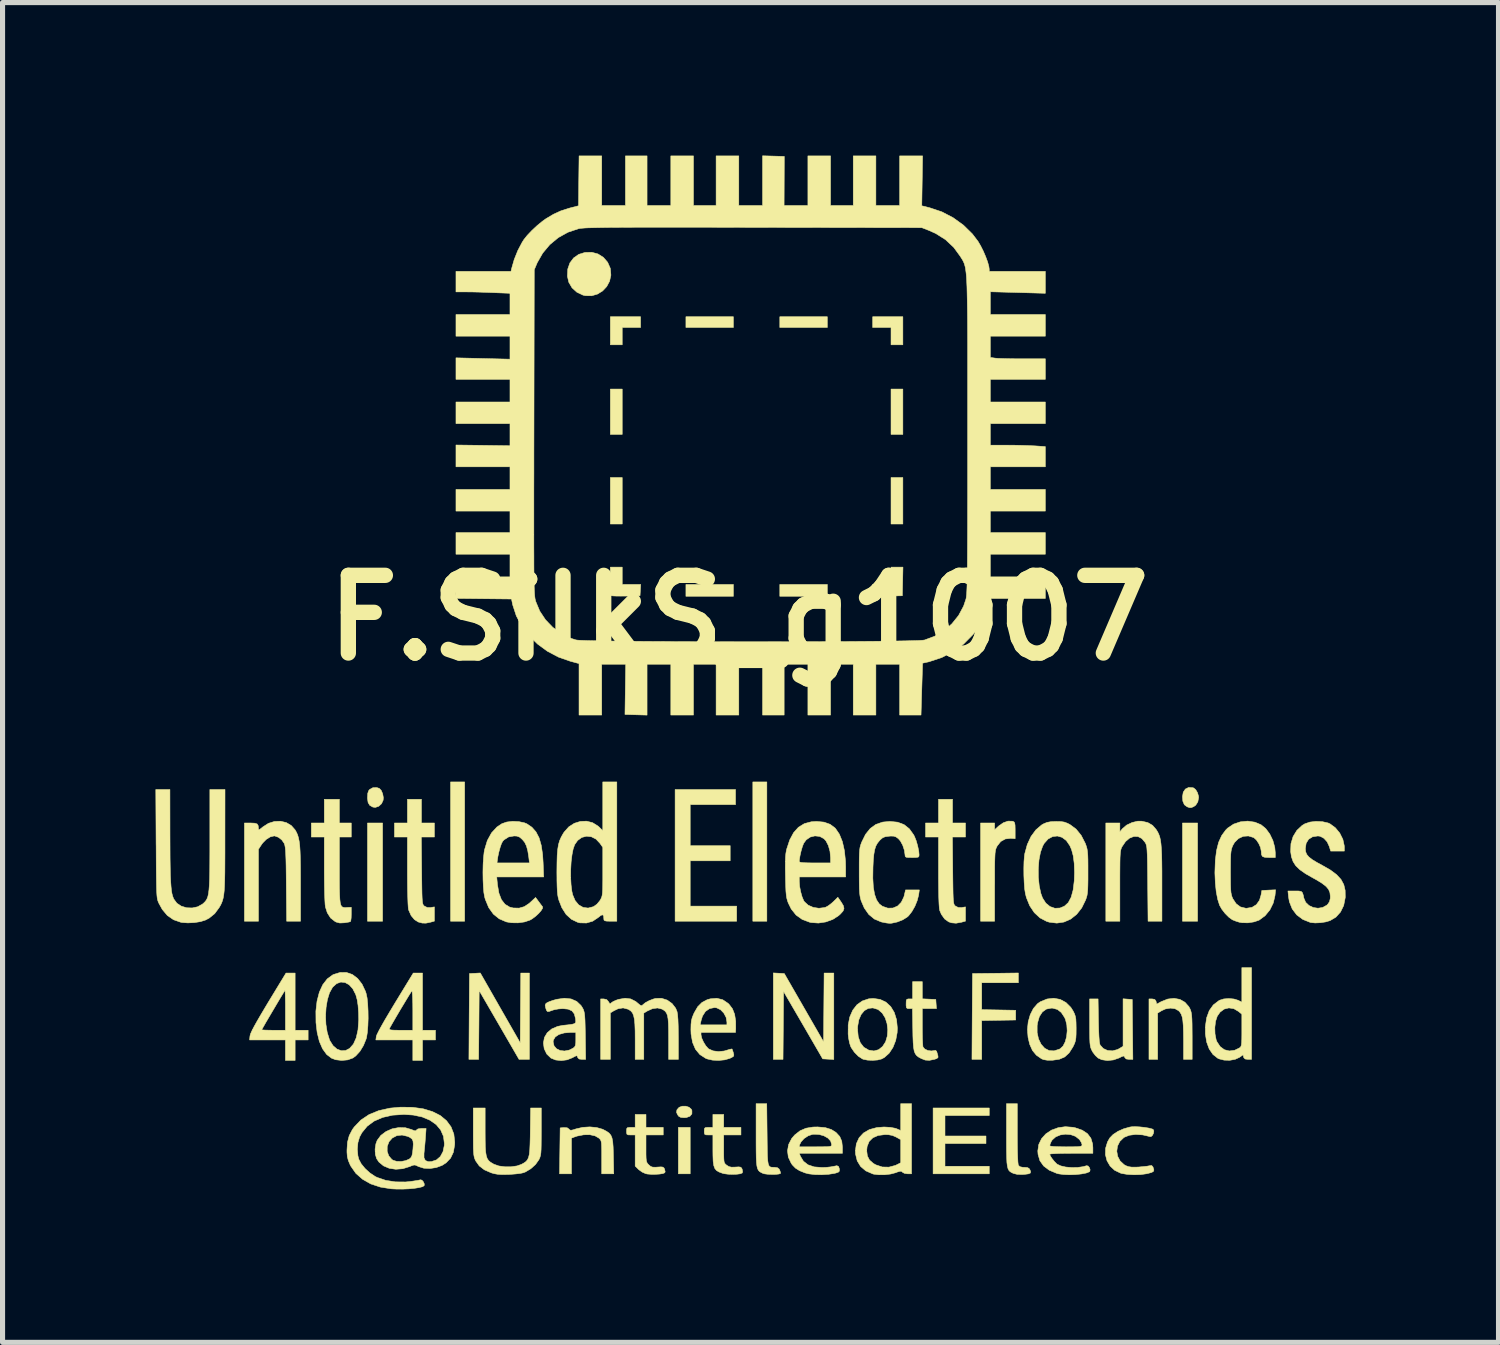
<source format=kicad_pcb>
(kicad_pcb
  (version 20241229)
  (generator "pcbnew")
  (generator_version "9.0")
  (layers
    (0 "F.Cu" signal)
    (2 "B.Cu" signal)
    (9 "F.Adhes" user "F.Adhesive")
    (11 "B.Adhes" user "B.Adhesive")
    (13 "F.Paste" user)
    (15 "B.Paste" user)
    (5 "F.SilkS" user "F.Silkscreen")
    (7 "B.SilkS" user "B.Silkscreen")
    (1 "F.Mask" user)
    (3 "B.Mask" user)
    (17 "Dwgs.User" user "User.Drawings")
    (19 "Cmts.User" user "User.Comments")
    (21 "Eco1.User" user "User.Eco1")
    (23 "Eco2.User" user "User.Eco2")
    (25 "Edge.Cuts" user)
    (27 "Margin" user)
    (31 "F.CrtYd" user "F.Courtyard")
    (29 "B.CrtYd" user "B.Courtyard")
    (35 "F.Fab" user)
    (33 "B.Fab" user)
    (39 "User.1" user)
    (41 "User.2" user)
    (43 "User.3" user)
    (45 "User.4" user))
  (footprint "F.SilkS_g1007"
    (layer "F.Cu")
    (at 11.437 9.066)
    (property "Reference" "F.SilkS_g1007" (at 0 0 0) (layer "F.SilkS") (effects (font (size 1.524 1.524) (thickness 0.3))))
    (attr through_hole)
    (fp_poly (pts (xy -6.985 5.948) (xy -7.281 5.948) (xy -7.281 4.022) (xy -6.985 4.022) (xy -6.985 5.948)) (stroke (width 0.01) (type solid)) (fill yes) (layer "F.SilkS"))
    (fp_poly (pts (xy -5.376 5.948) (xy -5.652 5.948) (xy -5.652 3.217) (xy -5.376 3.217) (xy -5.376 5.948)) (stroke (width 0.01) (type solid)) (fill yes) (layer "F.SilkS"))
    (fp_poly (pts (xy -2.286 -3.598) (xy -2.519 -3.598) (xy -2.519 -4.487) (xy -2.286 -4.487) (xy -2.286 -3.598)) (stroke (width 0.01) (type solid)) (fill yes) (layer "F.SilkS"))
    (fp_poly (pts (xy -2.286 -1.841) (xy -2.519 -1.841) (xy -2.519 -2.752) (xy -2.286 -2.752) (xy -2.286 -1.841)) (stroke (width 0.01) (type solid)) (fill yes) (layer "F.SilkS"))
    (fp_poly (pts (xy -0.953 10.901) (xy -1.185 10.901) (xy -1.185 9.991) (xy -0.953 9.991) (xy -0.953 10.901)) (stroke (width 0.01) (type solid)) (fill yes) (layer "F.SilkS"))
    (fp_poly (pts (xy -0.106 -5.694) (xy -1.037 -5.694) (xy -1.037 -5.905) (xy -0.106 -5.905) (xy -0.106 -5.694)) (stroke (width 0.01) (type solid)) (fill yes) (layer "F.SilkS"))
    (fp_poly (pts (xy -0.106 -0.423) (xy -1.037 -0.423) (xy -1.037 -0.656) (xy -0.106 -0.656) (xy -0.106 -0.423)) (stroke (width 0.01) (type solid)) (fill yes) (layer "F.SilkS"))
    (fp_poly (pts (xy 0.55 5.948) (xy 0.275 5.948) (xy 0.275 3.217) (xy 0.55 3.217) (xy 0.55 5.948)) (stroke (width 0.01) (type solid)) (fill yes) (layer "F.SilkS"))
    (fp_poly (pts (xy 1.736 -5.694) (xy 0.804 -5.694) (xy 0.804 -5.905) (xy 1.736 -5.905) (xy 1.736 -5.694)) (stroke (width 0.01) (type solid)) (fill yes) (layer "F.SilkS"))
    (fp_poly (pts (xy 1.736 -0.423) (xy 0.804 -0.423) (xy 0.804 -0.656) (xy 1.736 -0.656) (xy 1.736 -0.423)) (stroke (width 0.01) (type solid)) (fill yes) (layer "F.SilkS"))
    (fp_poly (pts (xy 3.217 -3.598) (xy 2.985 -3.598) (xy 2.985 -4.487) (xy 3.217 -4.487) (xy 3.217 -3.598)) (stroke (width 0.01) (type solid)) (fill yes) (layer "F.SilkS"))
    (fp_poly (pts (xy 3.217 -1.841) (xy 2.985 -1.841) (xy 2.985 -2.752) (xy 3.217 -2.752) (xy 3.217 -1.841)) (stroke (width 0.01) (type solid)) (fill yes) (layer "F.SilkS"))
    (fp_poly (pts (xy 8.996 5.948) (xy 8.7 5.948) (xy 8.7 4.022) (xy 8.996 4.022) (xy 8.996 5.948)) (stroke (width 0.01) (type solid)) (fill yes) (layer "F.SilkS"))
    (fp_poly (pts (xy -1.926 -5.694) (xy -2.286 -5.694) (xy -2.286 -5.355) (xy -2.519 -5.355) (xy -2.519 -5.905) (xy -1.926 -5.905) (xy -1.926 -5.694)) (stroke (width 0.01) (type solid)) (fill yes) (layer "F.SilkS"))
    (fp_poly (pts (xy 3.217 -5.355) (xy 2.985 -5.355) (xy 2.985 -5.694) (xy 2.625 -5.694) (xy 2.625 -5.905) (xy 3.217 -5.905) (xy 3.217 -5.355)) (stroke (width 0.01) (type solid)) (fill yes) (layer "F.SilkS"))
    (fp_poly (pts (xy -0.064 3.662) (xy -0.953 3.662) (xy -0.953 4.466) (xy -0.169 4.466) (xy -0.169 4.763) (xy -0.953 4.763) (xy -0.953 5.652) (xy -0.042 5.652) (xy -0.042 5.948) (xy -1.249 5.948) (xy -1.249 3.365) (xy -0.064 3.365) (xy -0.064 3.662)) (stroke (width 0.01) (type solid)) (fill yes) (layer "F.SilkS"))
    (fp_poly (pts (xy 4.911 9.758) (xy 4.043 9.758) (xy 4.043 10.16) (xy 4.847 10.16) (xy 4.847 10.308) (xy 4.043 10.308) (xy 4.043 10.753) (xy 4.911 10.753) (xy 4.911 10.901) (xy 3.81 10.901) (xy 3.81 9.61) (xy 4.911 9.61) (xy 4.911 9.758)) (stroke (width 0.01) (type solid)) (fill yes) (layer "F.SilkS"))
    (fp_poly (pts (xy 5.482 7.154) (xy 4.763 7.154) (xy 4.763 7.682) (xy 5.429 7.694) (xy 5.429 7.885) (xy 4.763 7.896) (xy 4.763 8.657) (xy 4.572 8.657) (xy 4.577 7.816) (xy 4.583 6.974) (xy 5.032 6.969) (xy 5.482 6.963) (xy 5.482 7.154)) (stroke (width 0.01) (type solid)) (fill yes) (layer "F.SilkS"))
    (fp_poly (pts (xy 0.785 6.968) (xy 0.892 6.974) (xy 1.277 7.643) (xy 1.662 8.312) (xy 1.673 6.964) (xy 1.863 6.964) (xy 1.863 8.659) (xy 1.754 8.653) (xy 1.645 8.647) (xy 1.262 7.986) (xy 0.878 7.326) (xy 0.867 8.657) (xy 0.677 8.657) (xy 0.677 6.962) (xy 0.785 6.968)) (stroke (width 0.01) (type solid)) (fill yes) (layer "F.SilkS"))
    (fp_poly (pts (xy 3.213 -0.714) (xy 3.207 -0.434) (xy 2.93 -0.428) (xy 2.826 -0.427) (xy 2.738 -0.428) (xy 2.673 -0.431) (xy 2.641 -0.436) (xy 2.639 -0.437) (xy 2.631 -0.465) (xy 2.625 -0.52) (xy 2.625 -0.554) (xy 2.625 -0.656) (xy 2.985 -0.656) (xy 2.985 -0.995) (xy 3.219 -0.995) (xy 3.213 -0.714)) (stroke (width 0.01) (type solid)) (fill yes) (layer "F.SilkS"))
    (fp_poly (pts (xy -4.678 7.648) (xy -4.286 8.333) (xy -4.281 7.648) (xy -4.275 6.964) (xy -4.106 6.964) (xy -4.106 8.657) (xy -4.309 8.657) (xy -4.7 7.982) (xy -5.091 7.308) (xy -5.096 7.982) (xy -5.102 8.657) (xy -5.292 8.657) (xy -5.287 7.816) (xy -5.281 6.974) (xy -5.175 6.969) (xy -5.069 6.963) (xy -4.678 7.648)) (stroke (width 0.01) (type solid)) (fill yes) (layer "F.SilkS"))
    (fp_poly (pts (xy -0.975 9.596) (xy -0.93 9.636) (xy -0.919 9.663) (xy -0.92 9.726) (xy -0.958 9.772) (xy -1.027 9.797) (xy -1.072 9.8) (xy -1.136 9.795) (xy -1.176 9.775) (xy -1.198 9.746) (xy -1.221 9.697) (xy -1.214 9.65) (xy -1.21 9.642) (xy -1.17 9.597) (xy -1.108 9.575) (xy -1.039 9.575) (xy -0.975 9.596)) (stroke (width 0.01) (type solid)) (fill yes) (layer "F.SilkS"))
    (fp_poly (pts (xy -2.286 -0.656) (xy -1.924 -0.656) (xy -1.93 -0.545) (xy -1.937 -0.434) (xy -2.213 -0.428) (xy -2.317 -0.427) (xy -2.406 -0.428) (xy -2.47 -0.431) (xy -2.502 -0.436) (xy -2.504 -0.437) (xy -2.51 -0.462) (xy -2.514 -0.522) (xy -2.517 -0.607) (xy -2.519 -0.708) (xy -2.519 -0.723) (xy -2.519 -0.995) (xy -2.286 -0.995) (xy -2.286 -0.656)) (stroke (width 0.01) (type solid)) (fill yes) (layer "F.SilkS"))
    (fp_poly (pts (xy -7.049 3.344) (xy -7.011 3.384) (xy -6.983 3.45) (xy -6.97 3.524) (xy -6.974 3.575) (xy -7.006 3.644) (xy -7.061 3.694) (xy -7.126 3.716) (xy -7.176 3.71) (xy -7.236 3.676) (xy -7.269 3.622) (xy -7.281 3.539) (xy -7.281 3.521) (xy -7.276 3.441) (xy -7.258 3.389) (xy -7.239 3.365) (xy -7.176 3.33) (xy -7.1 3.327) (xy -7.049 3.344)) (stroke (width 0.01) (type solid)) (fill yes) (layer "F.SilkS"))
    (fp_poly (pts (xy 8.901 3.33) (xy 8.921 3.336) (xy 8.96 3.369) (xy 8.994 3.427) (xy 9.014 3.494) (xy 9.017 3.522) (xy 9.001 3.607) (xy 8.959 3.673) (xy 8.918 3.702) (xy 8.872 3.72) (xy 8.837 3.72) (xy 8.791 3.704) (xy 8.737 3.664) (xy 8.707 3.594) (xy 8.7 3.508) (xy 8.715 3.418) (xy 8.757 3.356) (xy 8.821 3.325) (xy 8.901 3.33)) (stroke (width 0.01) (type solid)) (fill yes) (layer "F.SilkS"))
    (fp_poly (pts (xy -2.761 -7.136) (xy -2.655 -7.069) (xy -2.572 -6.973) (xy -2.521 -6.857) (xy -2.518 -6.846) (xy -2.508 -6.72) (xy -2.534 -6.602) (xy -2.59 -6.497) (xy -2.671 -6.411) (xy -2.772 -6.349) (xy -2.886 -6.316) (xy -3.007 -6.318) (xy -3.055 -6.329) (xy -3.175 -6.386) (xy -3.27 -6.472) (xy -3.334 -6.582) (xy -3.361 -6.701) (xy -3.354 -6.84) (xy -3.312 -6.961) (xy -3.239 -7.058) (xy -3.139 -7.128) (xy -3.016 -7.166) (xy -2.883 -7.169) (xy -2.761 -7.136)) (stroke (width 0.01) (type solid)) (fill yes) (layer "F.SilkS"))
    (fp_poly (pts (xy 5.364 3.987) (xy 5.374 3.989) (xy 5.397 4.001) (xy 5.41 4.023) (xy 5.417 4.066) (xy 5.419 4.14) (xy 5.419 4.166) (xy 5.419 4.329) (xy 5.329 4.323) (xy 5.225 4.335) (xy 5.136 4.385) (xy 5.067 4.472) (xy 5.06 4.486) (xy 5.048 4.511) (xy 5.038 4.538) (xy 5.031 4.573) (xy 5.025 4.619) (xy 5.022 4.682) (xy 5.019 4.767) (xy 5.017 4.878) (xy 5.017 5.02) (xy 5.017 5.199) (xy 5.016 5.259) (xy 5.016 5.948) (xy 4.741 5.948) (xy 4.741 4.022) (xy 5.016 4.022) (xy 5.016 4.154) (xy 5.1 4.078) (xy 5.188 4.017) (xy 5.28 3.985) (xy 5.364 3.987)) (stroke (width 0.01) (type solid)) (fill yes) (layer "F.SilkS"))
    (fp_poly (pts (xy 5.461 10.108) (xy 5.462 10.293) (xy 5.464 10.45) (xy 5.468 10.576) (xy 5.473 10.668) (xy 5.479 10.721) (xy 5.483 10.733) (xy 5.511 10.761) (xy 5.563 10.773) (xy 5.596 10.774) (xy 5.657 10.778) (xy 5.691 10.795) (xy 5.711 10.826) (xy 5.723 10.863) (xy 5.715 10.887) (xy 5.679 10.902) (xy 5.61 10.911) (xy 5.571 10.914) (xy 5.464 10.913) (xy 5.384 10.893) (xy 5.347 10.875) (xy 5.318 10.857) (xy 5.295 10.832) (xy 5.278 10.797) (xy 5.266 10.747) (xy 5.257 10.677) (xy 5.253 10.583) (xy 5.25 10.46) (xy 5.249 10.303) (xy 5.249 10.145) (xy 5.249 9.525) (xy 5.461 9.525) (xy 5.461 10.108)) (stroke (width 0.01) (type solid)) (fill yes) (layer "F.SilkS"))
    (fp_poly (pts (xy 0.555 10.129) (xy 0.557 10.311) (xy 0.559 10.455) (xy 0.562 10.565) (xy 0.568 10.647) (xy 0.577 10.704) (xy 0.59 10.74) (xy 0.608 10.761) (xy 0.633 10.771) (xy 0.665 10.773) (xy 0.7 10.774) (xy 0.757 10.781) (xy 0.79 10.807) (xy 0.802 10.829) (xy 0.817 10.872) (xy 0.819 10.893) (xy 0.786 10.905) (xy 0.725 10.912) (xy 0.649 10.913) (xy 0.571 10.91) (xy 0.506 10.902) (xy 0.474 10.893) (xy 0.437 10.875) (xy 0.407 10.857) (xy 0.384 10.832) (xy 0.367 10.797) (xy 0.355 10.747) (xy 0.347 10.677) (xy 0.342 10.583) (xy 0.34 10.46) (xy 0.339 10.303) (xy 0.339 10.145) (xy 0.339 9.525) (xy 0.548 9.525) (xy 0.555 10.129)) (stroke (width 0.01) (type solid)) (fill yes) (layer "F.SilkS"))
    (fp_poly (pts (xy 8.649 7.481) (xy 8.748 7.537) (xy 8.825 7.625) (xy 8.85 7.671) (xy 8.863 7.705) (xy 8.873 7.745) (xy 8.88 7.796) (xy 8.885 7.866) (xy 8.888 7.96) (xy 8.889 8.086) (xy 8.89 8.207) (xy 8.89 8.657) (xy 8.721 8.657) (xy 8.721 8.281) (xy 8.719 8.119) (xy 8.715 7.993) (xy 8.707 7.897) (xy 8.694 7.825) (xy 8.675 7.771) (xy 8.649 7.73) (xy 8.624 7.703) (xy 8.553 7.663) (xy 8.463 7.652) (xy 8.366 7.668) (xy 8.29 7.703) (xy 8.213 7.75) (xy 8.213 8.657) (xy 8.043 8.657) (xy 8.043 7.472) (xy 8.106 7.472) (xy 8.156 7.481) (xy 8.18 7.513) (xy 8.182 7.522) (xy 8.195 7.573) (xy 8.283 7.525) (xy 8.411 7.474) (xy 8.535 7.46) (xy 8.649 7.481)) (stroke (width 0.01) (type solid)) (fill yes) (layer "F.SilkS"))
    (fp_poly (pts (xy 4.191 4.022) (xy 4.445 4.022) (xy 4.445 4.297) (xy 4.189 4.297) (xy 4.195 4.955) (xy 4.197 5.139) (xy 4.199 5.285) (xy 4.201 5.399) (xy 4.204 5.484) (xy 4.208 5.545) (xy 4.213 5.587) (xy 4.22 5.614) (xy 4.229 5.632) (xy 4.241 5.645) (xy 4.25 5.652) (xy 4.307 5.68) (xy 4.372 5.679) (xy 4.445 5.667) (xy 4.445 5.946) (xy 4.366 5.968) (xy 4.26 5.987) (xy 4.171 5.979) (xy 4.115 5.96) (xy 4.037 5.904) (xy 3.973 5.815) (xy 3.94 5.738) (xy 3.932 5.692) (xy 3.926 5.607) (xy 3.921 5.481) (xy 3.918 5.314) (xy 3.916 5.105) (xy 3.916 4.982) (xy 3.916 4.297) (xy 3.662 4.297) (xy 3.662 4.022) (xy 3.916 4.022) (xy 3.916 3.556) (xy 4.191 3.556) (xy 4.191 4.022)) (stroke (width 0.01) (type solid)) (fill yes) (layer "F.SilkS"))
    (fp_poly (pts (xy -6.223 4.022) (xy -5.969 4.022) (xy -5.969 4.297) (xy -6.225 4.297) (xy -6.219 4.955) (xy -6.217 5.139) (xy -6.215 5.285) (xy -6.213 5.399) (xy -6.21 5.484) (xy -6.206 5.545) (xy -6.201 5.587) (xy -6.194 5.614) (xy -6.185 5.632) (xy -6.173 5.645) (xy -6.164 5.652) (xy -6.107 5.68) (xy -6.042 5.679) (xy -5.969 5.667) (xy -5.969 5.946) (xy -6.048 5.968) (xy -6.135 5.986) (xy -6.208 5.984) (xy -6.286 5.963) (xy -6.36 5.916) (xy -6.425 5.838) (xy -6.471 5.735) (xy -6.477 5.717) (xy -6.482 5.676) (xy -6.487 5.598) (xy -6.491 5.487) (xy -6.495 5.35) (xy -6.497 5.191) (xy -6.498 5.016) (xy -6.498 4.969) (xy -6.498 4.297) (xy -6.752 4.297) (xy -6.752 4.022) (xy -6.498 4.022) (xy -6.498 3.556) (xy -6.223 3.556) (xy -6.223 4.022)) (stroke (width 0.01) (type solid)) (fill yes) (layer "F.SilkS"))
    (fp_poly (pts (xy -2.786 9.994) (xy -2.671 10.027) (xy -2.655 10.035) (xy -2.591 10.069) (xy -2.543 10.103) (xy -2.509 10.144) (xy -2.486 10.199) (xy -2.472 10.274) (xy -2.464 10.376) (xy -2.46 10.511) (xy -2.459 10.553) (xy -2.452 10.901) (xy -2.688 10.901) (xy -2.688 10.576) (xy -2.688 10.453) (xy -2.69 10.364) (xy -2.693 10.303) (xy -2.7 10.263) (xy -2.711 10.236) (xy -2.727 10.216) (xy -2.74 10.203) (xy -2.818 10.157) (xy -2.922 10.134) (xy -3.042 10.136) (xy -3.17 10.161) (xy -3.223 10.179) (xy -3.281 10.201) (xy -3.281 10.901) (xy -3.515 10.901) (xy -3.509 10.451) (xy -3.503 10.001) (xy -3.43 9.994) (xy -3.364 9.999) (xy -3.331 10.023) (xy -3.313 10.042) (xy -3.289 10.047) (xy -3.247 10.038) (xy -3.192 10.02) (xy -3.061 9.99) (xy -2.921 9.981) (xy -2.786 9.994)) (stroke (width 0.01) (type solid)) (fill yes) (layer "F.SilkS"))
    (fp_poly (pts (xy 7.625 7.476) (xy 7.715 7.482) (xy 7.727 8.657) (xy 7.654 8.657) (xy 7.596 8.649) (xy 7.569 8.621) (xy 7.568 8.618) (xy 7.558 8.596) (xy 7.54 8.592) (xy 7.504 8.605) (xy 7.457 8.629) (xy 7.345 8.668) (xy 7.228 8.68) (xy 7.119 8.664) (xy 7.046 8.631) (xy 6.992 8.581) (xy 6.942 8.515) (xy 6.927 8.488) (xy 6.911 8.455) (xy 6.899 8.422) (xy 6.891 8.382) (xy 6.885 8.329) (xy 6.882 8.256) (xy 6.88 8.158) (xy 6.879 8.027) (xy 6.879 7.933) (xy 6.879 7.472) (xy 7.045 7.472) (xy 7.052 7.9) (xy 7.056 8.072) (xy 7.062 8.204) (xy 7.069 8.298) (xy 7.079 8.357) (xy 7.086 8.377) (xy 7.147 8.444) (xy 7.23 8.482) (xy 7.326 8.49) (xy 7.423 8.465) (xy 7.462 8.445) (xy 7.535 8.4) (xy 7.535 7.469) (xy 7.625 7.476)) (stroke (width 0.01) (type solid)) (fill yes) (layer "F.SilkS"))
    (fp_poly (pts (xy -7.832 4.022) (xy -7.599 4.022) (xy -7.599 4.297) (xy -7.832 4.297) (xy -7.832 4.949) (xy -7.832 5.145) (xy -7.831 5.302) (xy -7.828 5.425) (xy -7.823 5.519) (xy -7.815 5.586) (xy -7.803 5.632) (xy -7.786 5.66) (xy -7.763 5.674) (xy -7.734 5.679) (xy -7.697 5.679) (xy -7.686 5.678) (xy -7.599 5.675) (xy -7.599 5.81) (xy -7.601 5.882) (xy -7.608 5.934) (xy -7.616 5.956) (xy -7.645 5.964) (xy -7.702 5.974) (xy -7.738 5.979) (xy -7.824 5.983) (xy -7.893 5.965) (xy -7.916 5.954) (xy -8.004 5.885) (xy -8.069 5.783) (xy -8.105 5.671) (xy -8.112 5.619) (xy -8.117 5.53) (xy -8.122 5.408) (xy -8.125 5.261) (xy -8.127 5.092) (xy -8.128 4.931) (xy -8.128 4.297) (xy -8.382 4.297) (xy -8.382 4.022) (xy -8.128 4.022) (xy -8.128 3.556) (xy -7.832 3.556) (xy -7.832 4.022)) (stroke (width 0.01) (type solid)) (fill yes) (layer "F.SilkS"))
    (fp_poly (pts (xy -1.82 9.991) (xy -1.482 9.991) (xy -1.482 10.139) (xy -1.82 10.139) (xy -1.82 10.404) (xy -1.82 10.515) (xy -1.818 10.592) (xy -1.813 10.643) (xy -1.803 10.677) (xy -1.787 10.702) (xy -1.766 10.724) (xy -1.729 10.756) (xy -1.69 10.77) (xy -1.634 10.772) (xy -1.595 10.769) (xy -1.526 10.765) (xy -1.488 10.77) (xy -1.466 10.788) (xy -1.455 10.81) (xy -1.444 10.861) (xy -1.453 10.881) (xy -1.489 10.896) (xy -1.554 10.906) (xy -1.635 10.911) (xy -1.719 10.911) (xy -1.793 10.905) (xy -1.826 10.898) (xy -1.895 10.867) (xy -1.961 10.82) (xy -1.969 10.812) (xy -2.032 10.749) (xy -2.032 10.139) (xy -2.117 10.139) (xy -2.171 10.137) (xy -2.195 10.123) (xy -2.201 10.087) (xy -2.201 10.065) (xy -2.199 10.017) (xy -2.183 9.996) (xy -2.142 9.991) (xy -2.117 9.991) (xy -2.032 9.991) (xy -2.032 9.737) (xy -1.82 9.737) (xy -1.82 9.991)) (stroke (width 0.01) (type solid)) (fill yes) (layer "F.SilkS"))
    (fp_poly (pts (xy -8.7 8.086) (xy -8.445 8.086) (xy -8.445 8.276) (xy -8.7 8.276) (xy -8.7 8.678) (xy -8.89 8.678) (xy -8.89 8.276) (xy -9.593 8.276) (xy -9.585 8.197) (xy -9.575 8.159) (xy -9.549 8.1) (xy -9.537 8.077) (xy -9.356 8.077) (xy -9.336 8.08) (xy -9.282 8.083) (xy -9.204 8.085) (xy -9.123 8.086) (xy -8.89 8.086) (xy -8.89 7.691) (xy -8.89 7.567) (xy -8.892 7.461) (xy -8.894 7.377) (xy -8.896 7.323) (xy -8.899 7.304) (xy -8.899 7.304) (xy -8.913 7.325) (xy -8.943 7.375) (xy -8.988 7.449) (xy -9.041 7.538) (xy -9.1 7.638) (xy -9.161 7.741) (xy -9.22 7.841) (xy -9.273 7.931) (xy -9.315 8.005) (xy -9.344 8.055) (xy -9.356 8.077) (xy -9.356 8.077) (xy -9.537 8.077) (xy -9.506 8.016) (xy -9.444 7.905) (xy -9.362 7.764) (xy -9.259 7.591) (xy -9.229 7.541) (xy -8.879 6.965) (xy -8.789 6.965) (xy -8.7 6.964) (xy -8.7 8.086)) (stroke (width 0.01) (type solid)) (fill yes) (layer "F.SilkS"))
    (fp_poly (pts (xy -6.202 8.086) (xy -5.948 8.086) (xy -5.948 8.276) (xy -6.202 8.276) (xy -6.202 8.678) (xy -6.392 8.678) (xy -6.392 8.276) (xy -7.117 8.276) (xy -7.108 8.207) (xy -7.095 8.17) (xy -7.06 8.1) (xy -7.042 8.066) (xy -6.851 8.066) (xy -6.837 8.076) (xy -6.802 8.082) (xy -6.739 8.085) (xy -6.64 8.086) (xy -6.627 8.086) (xy -6.392 8.086) (xy -6.392 7.69) (xy -6.393 7.565) (xy -6.396 7.46) (xy -6.4 7.379) (xy -6.405 7.328) (xy -6.41 7.314) (xy -6.41 7.314) (xy -6.428 7.34) (xy -6.463 7.395) (xy -6.51 7.472) (xy -6.566 7.565) (xy -6.627 7.666) (xy -6.687 7.768) (xy -6.744 7.865) (xy -6.792 7.948) (xy -6.828 8.011) (xy -6.848 8.047) (xy -6.849 8.051) (xy -6.851 8.066) (xy -7.042 8.066) (xy -7.007 8.002) (xy -6.937 7.879) (xy -6.851 7.734) (xy -6.753 7.571) (xy -6.741 7.551) (xy -6.383 6.964) (xy -6.202 6.964) (xy -6.202 8.086)) (stroke (width 0.01) (type solid)) (fill yes) (layer "F.SilkS"))
    (fp_poly (pts (xy -0.296 9.991) (xy 0.042 9.991) (xy 0.042 10.139) (xy -0.296 10.139) (xy -0.296 10.412) (xy -0.296 10.524) (xy -0.294 10.602) (xy -0.29 10.653) (xy -0.281 10.686) (xy -0.266 10.708) (xy -0.244 10.727) (xy -0.238 10.732) (xy -0.193 10.76) (xy -0.142 10.771) (xy -0.068 10.769) (xy -0.067 10.769) (xy -0.001 10.765) (xy 0.036 10.771) (xy 0.056 10.789) (xy 0.066 10.812) (xy 0.075 10.858) (xy 0.068 10.884) (xy 0.03 10.9) (xy -0.037 10.909) (xy -0.12 10.912) (xy -0.208 10.909) (xy -0.286 10.899) (xy -0.321 10.89) (xy -0.388 10.865) (xy -0.437 10.836) (xy -0.47 10.796) (xy -0.491 10.738) (xy -0.503 10.655) (xy -0.507 10.542) (xy -0.508 10.443) (xy -0.508 10.139) (xy -0.593 10.139) (xy -0.647 10.137) (xy -0.671 10.123) (xy -0.677 10.087) (xy -0.677 10.065) (xy -0.675 10.017) (xy -0.659 9.996) (xy -0.618 9.991) (xy -0.593 9.991) (xy -0.508 9.991) (xy -0.508 9.737) (xy -0.296 9.737) (xy -0.296 9.991)) (stroke (width 0.01) (type solid)) (fill yes) (layer "F.SilkS"))
    (fp_poly (pts (xy 3.598 7.47) (xy 3.731 7.476) (xy 3.863 7.482) (xy 3.869 7.572) (xy 3.876 7.662) (xy 3.598 7.662) (xy 3.598 8.02) (xy 3.599 8.142) (xy 3.601 8.249) (xy 3.605 8.336) (xy 3.609 8.395) (xy 3.612 8.414) (xy 3.647 8.455) (xy 3.707 8.483) (xy 3.776 8.492) (xy 3.813 8.487) (xy 3.857 8.48) (xy 3.878 8.497) (xy 3.883 8.511) (xy 3.899 8.568) (xy 3.906 8.592) (xy 3.906 8.622) (xy 3.879 8.642) (xy 3.837 8.656) (xy 3.738 8.676) (xy 3.656 8.671) (xy 3.579 8.641) (xy 3.527 8.613) (xy 3.488 8.583) (xy 3.46 8.546) (xy 3.44 8.495) (xy 3.427 8.424) (xy 3.419 8.328) (xy 3.414 8.2) (xy 3.412 8.074) (xy 3.405 7.662) (xy 3.343 7.662) (xy 3.305 7.659) (xy 3.287 7.643) (xy 3.281 7.602) (xy 3.281 7.567) (xy 3.283 7.509) (xy 3.293 7.481) (xy 3.32 7.472) (xy 3.344 7.472) (xy 3.408 7.472) (xy 3.408 7.133) (xy 3.598 7.133) (xy 3.598 7.47)) (stroke (width 0.01) (type solid)) (fill yes) (layer "F.SilkS"))
    (fp_poly (pts (xy -8.873 4.014) (xy -8.775 4.072) (xy -8.701 4.156) (xy -8.674 4.204) (xy -8.652 4.253) (xy -8.635 4.31) (xy -8.621 4.378) (xy -8.61 4.462) (xy -8.603 4.566) (xy -8.598 4.696) (xy -8.595 4.856) (xy -8.594 5.05) (xy -8.594 5.211) (xy -8.594 5.948) (xy -8.866 5.948) (xy -8.873 5.223) (xy -8.875 5.023) (xy -8.877 4.862) (xy -8.88 4.733) (xy -8.884 4.634) (xy -8.888 4.558) (xy -8.894 4.503) (xy -8.901 4.462) (xy -8.91 4.432) (xy -8.915 4.42) (xy -8.962 4.353) (xy -9.029 4.301) (xy -9.1 4.276) (xy -9.113 4.276) (xy -9.187 4.294) (xy -9.265 4.342) (xy -9.335 4.413) (xy -9.355 4.44) (xy -9.419 4.537) (xy -9.419 5.948) (xy -9.694 5.948) (xy -9.694 4.022) (xy -9.57 4.022) (xy -9.491 4.026) (xy -9.445 4.041) (xy -9.424 4.075) (xy -9.419 4.131) (xy -9.415 4.152) (xy -9.399 4.151) (xy -9.364 4.125) (xy -9.334 4.1) (xy -9.224 4.029) (xy -9.106 3.992) (xy -8.986 3.987) (xy -8.873 4.014)) (stroke (width 0.01) (type solid)) (fill yes) (layer "F.SilkS"))
    (fp_poly (pts (xy 3.387 10.901) (xy 3.31 10.901) (xy 3.249 10.892) (xy 3.21 10.871) (xy 3.209 10.869) (xy 3.191 10.852) (xy 3.163 10.851) (xy 3.115 10.864) (xy 3.074 10.88) (xy 2.978 10.905) (xy 2.863 10.919) (xy 2.746 10.92) (xy 2.646 10.908) (xy 2.625 10.902) (xy 2.49 10.843) (xy 2.389 10.757) (xy 2.322 10.647) (xy 2.289 10.513) (xy 2.286 10.452) (xy 2.287 10.446) (xy 2.508 10.446) (xy 2.521 10.551) (xy 2.563 10.632) (xy 2.639 10.698) (xy 2.689 10.726) (xy 2.813 10.767) (xy 2.944 10.77) (xy 3.071 10.736) (xy 3.084 10.73) (xy 3.175 10.685) (xy 3.175 10.231) (xy 3.086 10.181) (xy 3.013 10.149) (xy 2.934 10.134) (xy 2.865 10.132) (xy 2.732 10.149) (xy 2.629 10.194) (xy 2.556 10.266) (xy 2.516 10.365) (xy 2.508 10.446) (xy 2.287 10.446) (xy 2.305 10.312) (xy 2.359 10.194) (xy 2.445 10.101) (xy 2.562 10.033) (xy 2.707 9.994) (xy 2.847 9.983) (xy 2.971 9.99) (xy 3.067 10.008) (xy 3.096 10.018) (xy 3.175 10.052) (xy 3.175 9.525) (xy 3.387 9.525) (xy 3.387 10.901)) (stroke (width 0.01) (type solid)) (fill yes) (layer "F.SilkS"))
    (fp_poly (pts (xy 8.02 4.014) (xy 8.113 4.068) (xy 8.182 4.147) (xy 8.211 4.193) (xy 8.234 4.239) (xy 8.253 4.29) (xy 8.267 4.351) (xy 8.278 4.427) (xy 8.286 4.521) (xy 8.292 4.639) (xy 8.295 4.785) (xy 8.297 4.963) (xy 8.297 5.179) (xy 8.297 5.202) (xy 8.297 5.948) (xy 8.025 5.948) (xy 8.018 5.212) (xy 8.016 5.016) (xy 8.014 4.857) (xy 8.012 4.731) (xy 8.009 4.634) (xy 8.005 4.561) (xy 8.001 4.507) (xy 7.994 4.468) (xy 7.986 4.439) (xy 7.976 4.417) (xy 7.968 4.403) (xy 7.904 4.327) (xy 7.828 4.288) (xy 7.746 4.286) (xy 7.663 4.318) (xy 7.584 4.385) (xy 7.516 4.485) (xy 7.512 4.492) (xy 7.501 4.516) (xy 7.492 4.544) (xy 7.485 4.581) (xy 7.48 4.631) (xy 7.476 4.699) (xy 7.474 4.79) (xy 7.473 4.909) (xy 7.472 5.06) (xy 7.472 5.249) (xy 7.472 5.948) (xy 7.197 5.948) (xy 7.197 4.022) (xy 7.472 4.022) (xy 7.472 4.194) (xy 7.524 4.132) (xy 7.605 4.063) (xy 7.711 4.013) (xy 7.823 3.986) (xy 7.898 3.986) (xy 8.02 4.014)) (stroke (width 0.01) (type solid)) (fill yes) (layer "F.SilkS"))
    (fp_poly (pts (xy 7.862 9.981) (xy 7.957 9.991) (xy 8.042 10.005) (xy 8.106 10.022) (xy 8.124 10.03) (xy 8.138 10.06) (xy 8.132 10.104) (xy 8.112 10.146) (xy 8.084 10.171) (xy 8.067 10.172) (xy 7.921 10.138) (xy 7.781 10.129) (xy 7.657 10.145) (xy 7.557 10.185) (xy 7.55 10.19) (xy 7.472 10.265) (xy 7.426 10.357) (xy 7.412 10.458) (xy 7.429 10.558) (xy 7.477 10.649) (xy 7.554 10.721) (xy 7.591 10.742) (xy 7.644 10.761) (xy 7.704 10.77) (xy 7.787 10.77) (xy 7.84 10.768) (xy 7.927 10.76) (xy 8.003 10.752) (xy 8.053 10.743) (xy 8.059 10.742) (xy 8.096 10.738) (xy 8.12 10.765) (xy 8.128 10.786) (xy 8.139 10.826) (xy 8.13 10.854) (xy 8.095 10.874) (xy 8.026 10.893) (xy 7.995 10.9) (xy 7.881 10.916) (xy 7.751 10.92) (xy 7.622 10.913) (xy 7.511 10.895) (xy 7.487 10.888) (xy 7.37 10.832) (xy 7.281 10.749) (xy 7.22 10.645) (xy 7.189 10.526) (xy 7.192 10.401) (xy 7.23 10.276) (xy 7.275 10.197) (xy 7.34 10.13) (xy 7.435 10.068) (xy 7.548 10.018) (xy 7.665 9.985) (xy 7.699 9.979) (xy 7.772 9.976) (xy 7.862 9.981)) (stroke (width 0.01) (type solid)) (fill yes) (layer "F.SilkS"))
    (fp_poly (pts (xy 2.77 7.481) (xy 2.885 7.535) (xy 2.979 7.622) (xy 3.049 7.738) (xy 3.093 7.879) (xy 3.109 8.043) (xy 3.105 8.133) (xy 3.077 8.285) (xy 3.023 8.422) (xy 2.948 8.536) (xy 2.854 8.62) (xy 2.8 8.649) (xy 2.723 8.669) (xy 2.625 8.676) (xy 2.525 8.672) (xy 2.441 8.655) (xy 2.424 8.648) (xy 2.343 8.595) (xy 2.266 8.516) (xy 2.204 8.425) (xy 2.19 8.394) (xy 2.17 8.329) (xy 2.153 8.241) (xy 2.144 8.161) (xy 2.145 8.065) (xy 2.328 8.065) (xy 2.342 8.213) (xy 2.383 8.332) (xy 2.451 8.419) (xy 2.545 8.474) (xy 2.549 8.476) (xy 2.65 8.492) (xy 2.741 8.467) (xy 2.819 8.405) (xy 2.879 8.312) (xy 2.912 8.2) (xy 2.921 8.079) (xy 2.907 7.957) (xy 2.871 7.844) (xy 2.813 7.75) (xy 2.736 7.683) (xy 2.725 7.677) (xy 2.629 7.648) (xy 2.54 7.657) (xy 2.462 7.701) (xy 2.399 7.777) (xy 2.354 7.88) (xy 2.331 8.007) (xy 2.328 8.065) (xy 2.145 8.065) (xy 2.145 7.983) (xy 2.176 7.826) (xy 2.234 7.693) (xy 2.316 7.587) (xy 2.421 7.512) (xy 2.546 7.47) (xy 2.635 7.462) (xy 2.77 7.481)) (stroke (width 0.01) (type solid)) (fill yes) (layer "F.SilkS"))
    (fp_poly (pts (xy 10.054 8.657) (xy 9.983 8.657) (xy 9.929 8.65) (xy 9.903 8.625) (xy 9.899 8.612) (xy 9.888 8.568) (xy 9.818 8.617) (xy 9.733 8.656) (xy 9.628 8.675) (xy 9.517 8.672) (xy 9.418 8.647) (xy 9.392 8.635) (xy 9.297 8.56) (xy 9.224 8.453) (xy 9.174 8.317) (xy 9.149 8.158) (xy 9.149 8.032) (xy 9.334 8.032) (xy 9.338 8.158) (xy 9.36 8.271) (xy 9.375 8.31) (xy 9.438 8.406) (xy 9.522 8.468) (xy 9.619 8.492) (xy 9.724 8.478) (xy 9.813 8.435) (xy 9.833 8.421) (xy 9.846 8.403) (xy 9.855 8.375) (xy 9.86 8.329) (xy 9.863 8.259) (xy 9.864 8.157) (xy 9.864 8.087) (xy 9.864 7.772) (xy 9.8 7.718) (xy 9.707 7.663) (xy 9.61 7.648) (xy 9.518 7.671) (xy 9.438 7.73) (xy 9.382 7.81) (xy 9.349 7.91) (xy 9.334 8.032) (xy 9.149 8.032) (xy 9.149 8.012) (xy 9.174 7.841) (xy 9.225 7.701) (xy 9.304 7.59) (xy 9.412 7.507) (xy 9.429 7.497) (xy 9.509 7.472) (xy 9.608 7.464) (xy 9.708 7.473) (xy 9.79 7.498) (xy 9.795 7.5) (xy 9.864 7.536) (xy 9.864 6.858) (xy 10.054 6.858) (xy 10.054 8.657)) (stroke (width 0.01) (type solid)) (fill yes) (layer "F.SilkS"))
    (fp_poly (pts (xy -4.974 10.07) (xy -4.973 10.238) (xy -4.971 10.37) (xy -4.964 10.47) (xy -4.952 10.545) (xy -4.934 10.6) (xy -4.907 10.641) (xy -4.87 10.673) (xy -4.822 10.702) (xy -4.8 10.714) (xy -4.706 10.747) (xy -4.588 10.763) (xy -4.464 10.763) (xy -4.348 10.746) (xy -4.263 10.716) (xy -4.212 10.688) (xy -4.173 10.66) (xy -4.144 10.626) (xy -4.123 10.581) (xy -4.108 10.519) (xy -4.099 10.434) (xy -4.094 10.322) (xy -4.09 10.175) (xy -4.089 10.081) (xy -4.082 9.61) (xy -3.873 9.61) (xy -3.873 10.071) (xy -3.874 10.223) (xy -3.875 10.34) (xy -3.877 10.427) (xy -3.881 10.49) (xy -3.888 10.537) (xy -3.898 10.574) (xy -3.911 10.606) (xy -3.921 10.626) (xy -3.987 10.719) (xy -4.08 10.802) (xy -4.185 10.865) (xy -4.229 10.881) (xy -4.284 10.893) (xy -4.369 10.903) (xy -4.467 10.911) (xy -4.519 10.914) (xy -4.635 10.916) (xy -4.723 10.911) (xy -4.798 10.898) (xy -4.853 10.882) (xy -4.989 10.823) (xy -5.089 10.746) (xy -5.159 10.648) (xy -5.162 10.641) (xy -5.177 10.608) (xy -5.188 10.573) (xy -5.196 10.53) (xy -5.201 10.473) (xy -5.205 10.396) (xy -5.206 10.291) (xy -5.207 10.153) (xy -5.207 10.079) (xy -5.207 9.61) (xy -4.974 9.61) (xy -4.974 10.07)) (stroke (width 0.01) (type solid)) (fill yes) (layer "F.SilkS"))
    (fp_poly (pts (xy 6.301 7.481) (xy 6.415 7.542) (xy 6.511 7.638) (xy 6.557 7.711) (xy 6.583 7.764) (xy 6.599 7.812) (xy 6.609 7.866) (xy 6.613 7.938) (xy 6.615 8.04) (xy 6.615 8.055) (xy 6.614 8.161) (xy 6.61 8.236) (xy 6.601 8.293) (xy 6.585 8.343) (xy 6.559 8.398) (xy 6.551 8.414) (xy 6.477 8.53) (xy 6.391 8.609) (xy 6.285 8.655) (xy 6.153 8.674) (xy 6.05 8.674) (xy 5.977 8.662) (xy 5.937 8.646) (xy 5.834 8.574) (xy 5.758 8.482) (xy 5.704 8.361) (xy 5.672 8.227) (xy 5.66 8.073) (xy 5.667 7.997) (xy 5.85 7.997) (xy 5.85 8.132) (xy 5.877 8.256) (xy 5.928 8.361) (xy 5.998 8.439) (xy 6.086 8.485) (xy 6.088 8.485) (xy 6.182 8.49) (xy 6.286 8.457) (xy 6.303 8.448) (xy 6.358 8.396) (xy 6.4 8.314) (xy 6.428 8.211) (xy 6.439 8.097) (xy 6.432 7.982) (xy 6.406 7.876) (xy 6.389 7.837) (xy 6.324 7.738) (xy 6.248 7.678) (xy 6.155 7.653) (xy 6.128 7.652) (xy 6.031 7.671) (xy 5.953 7.727) (xy 5.894 7.817) (xy 5.858 7.94) (xy 5.85 7.997) (xy 5.667 7.997) (xy 5.675 7.921) (xy 5.715 7.781) (xy 5.776 7.66) (xy 5.857 7.566) (xy 5.911 7.528) (xy 6.044 7.473) (xy 6.176 7.458) (xy 6.301 7.481)) (stroke (width 0.01) (type solid)) (fill yes) (layer "F.SilkS"))
    (fp_poly (pts (xy -2.119 7.472) (xy -2.021 7.522) (xy -1.99 7.548) (xy -1.941 7.589) (xy -1.912 7.604) (xy -1.892 7.597) (xy -1.883 7.587) (xy -1.833 7.546) (xy -1.757 7.505) (xy -1.673 7.473) (xy -1.627 7.461) (xy -1.512 7.46) (xy -1.403 7.495) (xy -1.309 7.562) (xy -1.238 7.654) (xy -1.211 7.72) (xy -1.201 7.778) (xy -1.193 7.874) (xy -1.188 8.006) (xy -1.186 8.168) (xy -1.185 8.231) (xy -1.185 8.657) (xy -1.376 8.657) (xy -1.376 8.243) (xy -1.377 8.082) (xy -1.38 7.958) (xy -1.387 7.864) (xy -1.399 7.796) (xy -1.418 7.748) (xy -1.444 7.713) (xy -1.48 7.686) (xy -1.506 7.671) (xy -1.594 7.649) (xy -1.694 7.663) (xy -1.794 7.708) (xy -1.863 7.75) (xy -1.863 8.657) (xy -2.032 8.657) (xy -2.032 8.266) (xy -2.033 8.099) (xy -2.038 7.969) (xy -2.047 7.871) (xy -2.063 7.798) (xy -2.085 7.745) (xy -2.117 7.708) (xy -2.158 7.68) (xy -2.173 7.673) (xy -2.268 7.648) (xy -2.367 7.664) (xy -2.45 7.704) (xy -2.519 7.746) (xy -2.519 8.657) (xy -2.709 8.657) (xy -2.709 7.472) (xy -2.647 7.472) (xy -2.59 7.485) (xy -2.555 7.526) (xy -2.533 7.562) (xy -2.514 7.563) (xy -2.499 7.547) (xy -2.464 7.523) (xy -2.403 7.496) (xy -2.357 7.48) (xy -2.229 7.458) (xy -2.119 7.472)) (stroke (width 0.01) (type solid)) (fill yes) (layer "F.SilkS"))
    (fp_poly (pts (xy -0.315 7.488) (xy -0.211 7.558) (xy -0.193 7.575) (xy -0.125 7.664) (xy -0.082 7.773) (xy -0.061 7.909) (xy -0.06 8.049) (xy -0.064 8.128) (xy -0.741 8.128) (xy -0.741 8.176) (xy -0.727 8.24) (xy -0.693 8.316) (xy -0.647 8.391) (xy -0.598 8.446) (xy -0.59 8.452) (xy -0.505 8.49) (xy -0.4 8.504) (xy -0.287 8.493) (xy -0.242 8.48) (xy -0.183 8.462) (xy -0.143 8.453) (xy -0.133 8.453) (xy -0.123 8.477) (xy -0.108 8.524) (xy -0.106 8.529) (xy -0.097 8.571) (xy -0.105 8.598) (xy -0.14 8.62) (xy -0.176 8.637) (xy -0.275 8.666) (xy -0.394 8.678) (xy -0.515 8.672) (xy -0.62 8.648) (xy -0.646 8.638) (xy -0.763 8.563) (xy -0.85 8.458) (xy -0.907 8.324) (xy -0.936 8.16) (xy -0.939 8.074) (xy -0.937 7.98) (xy -0.758 7.98) (xy -0.233 7.98) (xy -0.233 7.926) (xy -0.249 7.833) (xy -0.294 7.749) (xy -0.357 7.684) (xy -0.433 7.647) (xy -0.474 7.641) (xy -0.574 7.661) (xy -0.654 7.717) (xy -0.712 7.807) (xy -0.738 7.89) (xy -0.758 7.98) (xy -0.937 7.98) (xy -0.937 7.975) (xy -0.93 7.902) (xy -0.914 7.839) (xy -0.887 7.771) (xy -0.874 7.743) (xy -0.805 7.624) (xy -0.722 7.541) (xy -0.62 7.487) (xy -0.56 7.47) (xy -0.431 7.459) (xy -0.315 7.488)) (stroke (width 0.01) (type solid)) (fill yes) (layer "F.SilkS"))
    (fp_poly (pts (xy 1.695 9.995) (xy 1.814 10.032) (xy 1.906 10.09) (xy 1.979 10.169) (xy 2.019 10.262) (xy 2.032 10.378) (xy 2.032 10.381) (xy 2.032 10.499) (xy 1.186 10.499) (xy 1.208 10.557) (xy 1.267 10.654) (xy 1.356 10.724) (xy 1.477 10.765) (xy 1.629 10.777) (xy 1.719 10.774) (xy 1.802 10.765) (xy 1.861 10.754) (xy 1.862 10.754) (xy 1.923 10.742) (xy 1.956 10.757) (xy 1.972 10.804) (xy 1.973 10.816) (xy 1.972 10.848) (xy 1.953 10.868) (xy 1.906 10.885) (xy 1.873 10.893) (xy 1.757 10.911) (xy 1.625 10.919) (xy 1.492 10.916) (xy 1.373 10.902) (xy 1.299 10.883) (xy 1.19 10.839) (xy 1.111 10.789) (xy 1.049 10.725) (xy 1.027 10.693) (xy 0.971 10.574) (xy 0.955 10.449) (xy 0.969 10.372) (xy 1.182 10.372) (xy 1.501 10.372) (xy 1.624 10.371) (xy 1.71 10.37) (xy 1.766 10.367) (xy 1.799 10.361) (xy 1.815 10.352) (xy 1.82 10.337) (xy 1.82 10.324) (xy 1.801 10.258) (xy 1.748 10.201) (xy 1.669 10.156) (xy 1.575 10.13) (xy 1.473 10.125) (xy 1.444 10.128) (xy 1.36 10.156) (xy 1.281 10.208) (xy 1.221 10.274) (xy 1.196 10.324) (xy 1.182 10.372) (xy 0.969 10.372) (xy 0.978 10.324) (xy 1.038 10.207) (xy 1.099 10.137) (xy 1.201 10.057) (xy 1.317 10.007) (xy 1.455 9.984) (xy 1.545 9.982) (xy 1.695 9.995)) (stroke (width 0.01) (type solid)) (fill yes) (layer "F.SilkS"))
    (fp_poly (pts (xy -7.692 6.953) (xy -7.577 6.993) (xy -7.475 7.07) (xy -7.389 7.18) (xy -7.321 7.323) (xy -7.308 7.363) (xy -7.289 7.451) (xy -7.277 7.569) (xy -7.27 7.707) (xy -7.268 7.852) (xy -7.273 7.995) (xy -7.283 8.123) (xy -7.299 8.225) (xy -7.308 8.258) (xy -7.36 8.385) (xy -7.429 8.499) (xy -7.51 8.588) (xy -7.567 8.63) (xy -7.669 8.667) (xy -7.787 8.678) (xy -7.905 8.664) (xy -7.985 8.634) (xy -8.082 8.56) (xy -8.162 8.449) (xy -8.225 8.304) (xy -8.268 8.129) (xy -8.291 7.934) (xy -8.292 7.805) (xy -8.103 7.805) (xy -8.096 7.97) (xy -8.071 8.127) (xy -8.029 8.264) (xy -8.017 8.292) (xy -7.956 8.389) (xy -7.88 8.455) (xy -7.796 8.487) (xy -7.71 8.483) (xy -7.633 8.443) (xy -7.557 8.358) (xy -7.502 8.235) (xy -7.467 8.078) (xy -7.453 7.886) (xy -7.456 7.741) (xy -7.466 7.599) (xy -7.483 7.488) (xy -7.508 7.397) (xy -7.513 7.383) (xy -7.57 7.272) (xy -7.641 7.194) (xy -7.721 7.15) (xy -7.804 7.141) (xy -7.886 7.171) (xy -7.961 7.238) (xy -7.968 7.247) (xy -8.026 7.352) (xy -8.067 7.486) (xy -8.093 7.64) (xy -8.103 7.805) (xy -8.292 7.805) (xy -8.293 7.712) (xy -8.27 7.513) (xy -8.225 7.339) (xy -8.158 7.193) (xy -8.07 7.079) (xy -7.962 7) (xy -7.943 6.991) (xy -7.815 6.952) (xy -7.692 6.953)) (stroke (width 0.01) (type solid)) (fill yes) (layer "F.SilkS"))
    (fp_poly (pts (xy -11.154 4.249) (xy -11.153 4.503) (xy -11.152 4.719) (xy -11.149 4.899) (xy -11.146 5.049) (xy -11.14 5.171) (xy -11.133 5.269) (xy -11.125 5.348) (xy -11.114 5.411) (xy -11.1 5.461) (xy -11.084 5.503) (xy -11.08 5.512) (xy -11.019 5.595) (xy -10.933 5.652) (xy -10.829 5.684) (xy -10.719 5.688) (xy -10.611 5.665) (xy -10.515 5.611) (xy -10.493 5.592) (xy -10.466 5.565) (xy -10.444 5.537) (xy -10.425 5.502) (xy -10.41 5.459) (xy -10.398 5.402) (xy -10.389 5.329) (xy -10.382 5.236) (xy -10.377 5.119) (xy -10.374 4.973) (xy -10.373 4.797) (xy -10.372 4.585) (xy -10.372 4.346) (xy -10.372 3.365) (xy -10.075 3.365) (xy -10.076 4.366) (xy -10.076 4.613) (xy -10.077 4.823) (xy -10.078 4.998) (xy -10.081 5.142) (xy -10.085 5.26) (xy -10.091 5.355) (xy -10.1 5.432) (xy -10.111 5.495) (xy -10.125 5.546) (xy -10.142 5.591) (xy -10.162 5.633) (xy -10.187 5.676) (xy -10.188 5.678) (xy -10.277 5.799) (xy -10.386 5.887) (xy -10.458 5.925) (xy -10.556 5.956) (xy -10.677 5.975) (xy -10.804 5.981) (xy -10.918 5.973) (xy -10.94 5.969) (xy -11.084 5.919) (xy -11.205 5.836) (xy -11.305 5.717) (xy -11.371 5.597) (xy -11.382 5.573) (xy -11.391 5.549) (xy -11.399 5.521) (xy -11.405 5.486) (xy -11.41 5.439) (xy -11.414 5.377) (xy -11.417 5.296) (xy -11.419 5.193) (xy -11.421 5.063) (xy -11.423 4.903) (xy -11.424 4.709) (xy -11.425 4.477) (xy -11.426 4.429) (xy -11.432 3.365) (xy -11.155 3.365) (xy -11.154 4.249)) (stroke (width 0.01) (type solid)) (fill yes) (layer "F.SilkS"))
    (fp_poly (pts (xy -4.313 3.995) (xy -4.202 4.019) (xy -4.156 4.038) (xy -4.056 4.106) (xy -3.977 4.196) (xy -3.916 4.313) (xy -3.874 4.46) (xy -3.847 4.641) (xy -3.837 4.8) (xy -3.826 5.08) (xy -4.747 5.08) (xy -4.732 5.233) (xy -4.704 5.397) (xy -4.655 5.525) (xy -4.584 5.616) (xy -4.493 5.671) (xy -4.424 5.688) (xy -4.307 5.691) (xy -4.206 5.662) (xy -4.11 5.598) (xy -4.086 5.576) (xy -3.985 5.482) (xy -3.926 5.561) (xy -3.886 5.615) (xy -3.855 5.656) (xy -3.847 5.666) (xy -3.849 5.696) (xy -3.878 5.742) (xy -3.926 5.797) (xy -3.986 5.852) (xy -4.05 5.9) (xy -4.095 5.926) (xy -4.202 5.962) (xy -4.329 5.98) (xy -4.459 5.978) (xy -4.558 5.961) (xy -4.698 5.901) (xy -4.813 5.808) (xy -4.904 5.681) (xy -4.971 5.519) (xy -4.984 5.472) (xy -4.999 5.387) (xy -5.009 5.271) (xy -5.015 5.134) (xy -5.017 4.987) (xy -5.014 4.841) (xy -5.012 4.805) (xy -4.742 4.805) (xy -4.105 4.805) (xy -4.118 4.694) (xy -4.138 4.567) (xy -4.164 4.472) (xy -4.199 4.4) (xy -4.244 4.346) (xy -4.298 4.299) (xy -4.351 4.279) (xy -4.406 4.276) (xy -4.514 4.295) (xy -4.603 4.352) (xy -4.63 4.381) (xy -4.654 4.426) (xy -4.68 4.501) (xy -4.705 4.592) (xy -4.725 4.686) (xy -4.729 4.715) (xy -4.742 4.805) (xy -5.012 4.805) (xy -5.006 4.706) (xy -4.994 4.594) (xy -4.986 4.548) (xy -4.931 4.366) (xy -4.849 4.216) (xy -4.742 4.1) (xy -4.646 4.036) (xy -4.551 4.003) (xy -4.434 3.989) (xy -4.313 3.995)) (stroke (width 0.01) (type solid)) (fill yes) (layer "F.SilkS"))
    (fp_poly (pts (xy 6.555 9.989) (xy 6.596 9.998) (xy 6.735 10.046) (xy 6.837 10.114) (xy 6.904 10.203) (xy 6.938 10.316) (xy 6.943 10.391) (xy 6.943 10.499) (xy 6.519 10.499) (xy 6.391 10.5) (xy 6.278 10.502) (xy 6.187 10.506) (xy 6.124 10.51) (xy 6.097 10.516) (xy 6.096 10.517) (xy 6.109 10.552) (xy 6.143 10.603) (xy 6.187 10.658) (xy 6.232 10.704) (xy 6.245 10.714) (xy 6.314 10.746) (xy 6.411 10.768) (xy 6.525 10.778) (xy 6.643 10.776) (xy 6.752 10.761) (xy 6.819 10.742) (xy 6.85 10.748) (xy 6.876 10.781) (xy 6.889 10.822) (xy 6.881 10.856) (xy 6.875 10.861) (xy 6.811 10.886) (xy 6.717 10.904) (xy 6.604 10.916) (xy 6.485 10.92) (xy 6.37 10.915) (xy 6.272 10.902) (xy 6.234 10.892) (xy 6.087 10.83) (xy 5.977 10.747) (xy 5.904 10.644) (xy 5.868 10.52) (xy 5.863 10.451) (xy 5.879 10.349) (xy 6.096 10.349) (xy 6.117 10.359) (xy 6.179 10.366) (xy 6.281 10.37) (xy 6.413 10.372) (xy 6.536 10.371) (xy 6.622 10.37) (xy 6.678 10.366) (xy 6.711 10.36) (xy 6.726 10.35) (xy 6.731 10.336) (xy 6.731 10.331) (xy 6.718 10.289) (xy 6.686 10.237) (xy 6.677 10.226) (xy 6.602 10.166) (xy 6.508 10.133) (xy 6.405 10.124) (xy 6.303 10.139) (xy 6.213 10.177) (xy 6.145 10.238) (xy 6.128 10.265) (xy 6.106 10.315) (xy 6.096 10.349) (xy 6.096 10.349) (xy 5.879 10.349) (xy 5.883 10.323) (xy 5.937 10.211) (xy 6.022 10.117) (xy 6.132 10.044) (xy 6.261 9.997) (xy 6.403 9.977) (xy 6.555 9.989)) (stroke (width 0.01) (type solid)) (fill yes) (layer "F.SilkS"))
    (fp_poly (pts (xy -3.289 7.472) (xy -3.179 7.52) (xy -3.094 7.601) (xy -3.063 7.65) (xy -3.047 7.681) (xy -3.036 7.715) (xy -3.027 7.756) (xy -3.021 7.813) (xy -3.016 7.89) (xy -3.013 7.994) (xy -3.01 8.132) (xy -3.009 8.197) (xy -3.003 8.657) (xy -3.076 8.657) (xy -3.131 8.65) (xy -3.156 8.625) (xy -3.16 8.615) (xy -3.169 8.591) (xy -3.184 8.586) (xy -3.218 8.6) (xy -3.263 8.625) (xy -3.367 8.666) (xy -3.481 8.681) (xy -3.591 8.669) (xy -3.683 8.632) (xy -3.685 8.63) (xy -3.766 8.552) (xy -3.816 8.448) (xy -3.831 8.338) (xy -3.827 8.314) (xy -3.641 8.314) (xy -3.623 8.391) (xy -3.574 8.449) (xy -3.503 8.483) (xy -3.418 8.493) (xy -3.325 8.475) (xy -3.249 8.437) (xy -3.22 8.413) (xy -3.204 8.382) (xy -3.197 8.332) (xy -3.196 8.265) (xy -3.196 8.128) (xy -3.297 8.128) (xy -3.426 8.139) (xy -3.528 8.169) (xy -3.599 8.217) (xy -3.636 8.28) (xy -3.641 8.314) (xy -3.827 8.314) (xy -3.812 8.228) (xy -3.756 8.134) (xy -3.668 8.06) (xy -3.552 8.01) (xy -3.45 7.99) (xy -3.342 7.979) (xy -3.269 7.969) (xy -3.225 7.957) (xy -3.203 7.941) (xy -3.197 7.915) (xy -3.2 7.877) (xy -3.202 7.857) (xy -3.225 7.766) (xy -3.272 7.706) (xy -3.347 7.672) (xy -3.451 7.662) (xy -3.538 7.668) (xy -3.622 7.684) (xy -3.662 7.697) (xy -3.721 7.718) (xy -3.754 7.718) (xy -3.773 7.691) (xy -3.788 7.644) (xy -3.797 7.594) (xy -3.783 7.563) (xy -3.76 7.546) (xy -3.715 7.525) (xy -3.644 7.5) (xy -3.569 7.479) (xy -3.42 7.458) (xy -3.289 7.472)) (stroke (width 0.01) (type solid)) (fill yes) (layer "F.SilkS"))
    (fp_poly (pts (xy -2.392 5.948) (xy -2.519 5.948) (xy -2.59 5.946) (xy -2.628 5.939) (xy -2.644 5.924) (xy -2.646 5.907) (xy -2.651 5.845) (xy -2.67 5.822) (xy -2.706 5.834) (xy -2.753 5.872) (xy -2.864 5.947) (xy -2.987 5.983) (xy -3.116 5.98) (xy -3.159 5.969) (xy -3.282 5.91) (xy -3.386 5.815) (xy -3.47 5.683) (xy -3.528 5.535) (xy -3.542 5.483) (xy -3.552 5.426) (xy -3.559 5.355) (xy -3.563 5.265) (xy -3.566 5.148) (xy -3.566 5.089) (xy -3.297 5.089) (xy -3.289 5.234) (xy -3.273 5.362) (xy -3.258 5.429) (xy -3.209 5.544) (xy -3.139 5.628) (xy -3.053 5.677) (xy -2.955 5.69) (xy -2.851 5.663) (xy -2.844 5.659) (xy -2.782 5.614) (xy -2.726 5.547) (xy -2.719 5.536) (xy -2.702 5.506) (xy -2.689 5.477) (xy -2.68 5.442) (xy -2.674 5.397) (xy -2.67 5.334) (xy -2.668 5.247) (xy -2.667 5.131) (xy -2.667 4.979) (xy -2.667 4.973) (xy -2.667 4.5) (xy -2.722 4.421) (xy -2.8 4.338) (xy -2.891 4.292) (xy -2.986 4.281) (xy -3.079 4.305) (xy -3.16 4.364) (xy -3.218 4.446) (xy -3.248 4.531) (xy -3.271 4.647) (xy -3.288 4.786) (xy -3.296 4.937) (xy -3.297 5.089) (xy -3.566 5.089) (xy -3.567 4.997) (xy -3.567 4.974) (xy -3.565 4.796) (xy -3.561 4.653) (xy -3.551 4.539) (xy -3.536 4.446) (xy -3.513 4.367) (xy -3.482 4.297) (xy -3.442 4.226) (xy -3.424 4.199) (xy -3.334 4.098) (xy -3.226 4.028) (xy -3.107 3.991) (xy -2.985 3.986) (xy -2.867 4.016) (xy -2.761 4.082) (xy -2.742 4.099) (xy -2.667 4.172) (xy -2.667 3.217) (xy -2.392 3.217) (xy -2.392 5.948)) (stroke (width 0.01) (type solid)) (fill yes) (layer "F.SilkS"))
    (fp_poly (pts (xy 6.315 3.994) (xy 6.382 4.004) (xy 6.444 4.027) (xy 6.494 4.053) (xy 6.613 4.141) (xy 6.714 4.265) (xy 6.793 4.419) (xy 6.801 4.439) (xy 6.817 4.485) (xy 6.829 4.53) (xy 6.837 4.583) (xy 6.843 4.65) (xy 6.846 4.738) (xy 6.847 4.855) (xy 6.847 4.985) (xy 6.847 5.132) (xy 6.845 5.245) (xy 6.842 5.33) (xy 6.836 5.394) (xy 6.828 5.445) (xy 6.815 5.49) (xy 6.801 5.53) (xy 6.724 5.687) (xy 6.625 5.813) (xy 6.508 5.906) (xy 6.377 5.964) (xy 6.236 5.985) (xy 6.088 5.967) (xy 6.036 5.951) (xy 5.906 5.883) (xy 5.794 5.779) (xy 5.704 5.644) (xy 5.639 5.483) (xy 5.619 5.403) (xy 5.605 5.311) (xy 5.596 5.189) (xy 5.59 5.052) (xy 5.589 4.915) (xy 5.873 4.915) (xy 5.874 5.088) (xy 5.891 5.254) (xy 5.923 5.403) (xy 5.956 5.493) (xy 6.02 5.593) (xy 6.103 5.661) (xy 6.198 5.694) (xy 6.299 5.689) (xy 6.386 5.652) (xy 6.461 5.583) (xy 6.517 5.478) (xy 6.556 5.335) (xy 6.578 5.155) (xy 6.583 4.994) (xy 6.577 4.814) (xy 6.558 4.666) (xy 6.525 4.544) (xy 6.491 4.466) (xy 6.422 4.366) (xy 6.338 4.303) (xy 6.247 4.277) (xy 6.154 4.288) (xy 6.066 4.335) (xy 5.99 4.419) (xy 5.959 4.474) (xy 5.915 4.597) (xy 5.886 4.748) (xy 5.873 4.915) (xy 5.589 4.915) (xy 5.589 4.911) (xy 5.592 4.78) (xy 5.601 4.67) (xy 5.608 4.622) (xy 5.657 4.443) (xy 5.73 4.286) (xy 5.825 4.157) (xy 5.937 4.061) (xy 5.977 4.038) (xy 6.044 4.01) (xy 6.121 3.996) (xy 6.223 3.992) (xy 6.315 3.994)) (stroke (width 0.01) (type solid)) (fill yes) (layer "F.SilkS"))
    (fp_poly (pts (xy 10.12 4.006) (xy 10.24 4.056) (xy 10.333 4.132) (xy 10.412 4.239) (xy 10.473 4.366) (xy 10.51 4.502) (xy 10.52 4.608) (xy 10.52 4.699) (xy 10.395 4.699) (xy 10.316 4.695) (xy 10.271 4.68) (xy 10.25 4.645) (xy 10.245 4.584) (xy 10.245 4.577) (xy 10.231 4.504) (xy 10.196 4.425) (xy 10.149 4.354) (xy 10.098 4.308) (xy 10.095 4.307) (xy 9.993 4.276) (xy 9.892 4.283) (xy 9.799 4.326) (xy 9.722 4.402) (xy 9.688 4.461) (xy 9.672 4.499) (xy 9.66 4.537) (xy 9.652 4.582) (xy 9.646 4.642) (xy 9.643 4.724) (xy 9.642 4.833) (xy 9.641 4.978) (xy 9.641 4.985) (xy 9.642 5.131) (xy 9.643 5.242) (xy 9.646 5.324) (xy 9.651 5.385) (xy 9.66 5.431) (xy 9.671 5.469) (xy 9.687 5.506) (xy 9.688 5.508) (xy 9.752 5.605) (xy 9.837 5.668) (xy 9.939 5.693) (xy 9.955 5.694) (xy 10.064 5.676) (xy 10.149 5.623) (xy 10.21 5.538) (xy 10.241 5.433) (xy 10.256 5.345) (xy 10.391 5.338) (xy 10.526 5.332) (xy 10.514 5.447) (xy 10.48 5.591) (xy 10.414 5.725) (xy 10.321 5.839) (xy 10.208 5.923) (xy 10.199 5.928) (xy 10.103 5.961) (xy 9.988 5.979) (xy 9.874 5.978) (xy 9.815 5.968) (xy 9.745 5.946) (xy 9.68 5.92) (xy 9.676 5.918) (xy 9.609 5.869) (xy 9.536 5.796) (xy 9.472 5.713) (xy 9.428 5.636) (xy 9.391 5.52) (xy 9.362 5.371) (xy 9.344 5.197) (xy 9.336 5.008) (xy 9.336 4.985) (xy 9.344 4.755) (xy 9.368 4.562) (xy 9.409 4.4) (xy 9.469 4.268) (xy 9.548 4.16) (xy 9.586 4.122) (xy 9.702 4.044) (xy 9.836 3.999) (xy 9.979 3.985) (xy 10.12 4.006)) (stroke (width 0.01) (type solid)) (fill yes) (layer "F.SilkS"))
    (fp_poly (pts (xy 11.443 3.996) (xy 11.554 4.021) (xy 11.592 4.038) (xy 11.697 4.115) (xy 11.784 4.22) (xy 11.845 4.343) (xy 11.873 4.472) (xy 11.874 4.502) (xy 11.874 4.572) (xy 11.606 4.572) (xy 11.579 4.483) (xy 11.537 4.392) (xy 11.474 4.322) (xy 11.399 4.282) (xy 11.355 4.276) (xy 11.25 4.292) (xy 11.173 4.341) (xy 11.125 4.419) (xy 11.109 4.523) (xy 11.115 4.585) (xy 11.137 4.639) (xy 11.179 4.689) (xy 11.247 4.742) (xy 11.346 4.801) (xy 11.438 4.851) (xy 11.599 4.943) (xy 11.721 5.034) (xy 11.808 5.128) (xy 11.863 5.23) (xy 11.89 5.344) (xy 11.892 5.476) (xy 11.891 5.488) (xy 11.861 5.64) (xy 11.799 5.767) (xy 11.708 5.868) (xy 11.594 5.936) (xy 11.51 5.961) (xy 11.406 5.977) (xy 11.303 5.982) (xy 11.218 5.974) (xy 11.208 5.972) (xy 11.06 5.913) (xy 10.94 5.824) (xy 10.852 5.707) (xy 10.796 5.566) (xy 10.78 5.473) (xy 10.768 5.355) (xy 10.907 5.355) (xy 10.983 5.356) (xy 11.029 5.365) (xy 11.053 5.39) (xy 11.069 5.44) (xy 11.08 5.495) (xy 11.116 5.578) (xy 11.181 5.64) (xy 11.264 5.679) (xy 11.356 5.693) (xy 11.447 5.679) (xy 11.528 5.635) (xy 11.548 5.616) (xy 11.583 5.565) (xy 11.598 5.501) (xy 11.599 5.459) (xy 11.591 5.387) (xy 11.565 5.324) (xy 11.514 5.264) (xy 11.435 5.203) (xy 11.324 5.135) (xy 11.26 5.1) (xy 11.113 5.016) (xy 11.002 4.938) (xy 10.922 4.861) (xy 10.869 4.778) (xy 10.836 4.684) (xy 10.821 4.581) (xy 10.827 4.428) (xy 10.869 4.288) (xy 10.943 4.167) (xy 11.045 4.071) (xy 11.099 4.038) (xy 11.199 4.004) (xy 11.319 3.99) (xy 11.443 3.996)) (stroke (width 0.01) (type solid)) (fill yes) (layer "F.SilkS"))
    (fp_poly (pts (xy 1.671 4.005) (xy 1.789 4.047) (xy 1.884 4.117) (xy 1.897 4.131) (xy 1.972 4.241) (xy 2.031 4.387) (xy 2.071 4.565) (xy 2.092 4.77) (xy 2.095 4.884) (xy 2.095 5.08) (xy 1.185 5.08) (xy 1.186 5.17) (xy 1.193 5.266) (xy 1.213 5.37) (xy 1.24 5.467) (xy 1.272 5.544) (xy 1.285 5.564) (xy 1.36 5.633) (xy 1.459 5.677) (xy 1.571 5.694) (xy 1.682 5.68) (xy 1.708 5.671) (xy 1.757 5.644) (xy 1.817 5.598) (xy 1.855 5.564) (xy 1.942 5.478) (xy 2.01 5.576) (xy 2.05 5.643) (xy 2.063 5.697) (xy 2.046 5.746) (xy 1.996 5.803) (xy 1.958 5.838) (xy 1.844 5.912) (xy 1.707 5.962) (xy 1.561 5.984) (xy 1.418 5.974) (xy 1.391 5.968) (xy 1.243 5.913) (xy 1.123 5.827) (xy 1.028 5.708) (xy 0.969 5.588) (xy 0.953 5.542) (xy 0.94 5.493) (xy 0.931 5.435) (xy 0.924 5.359) (xy 0.92 5.259) (xy 0.916 5.127) (xy 0.915 5.067) (xy 0.912 4.909) (xy 0.913 4.787) (xy 0.913 4.777) (xy 1.185 4.777) (xy 1.194 4.788) (xy 1.225 4.796) (xy 1.283 4.801) (xy 1.373 4.804) (xy 1.492 4.805) (xy 1.799 4.805) (xy 1.799 4.703) (xy 1.788 4.578) (xy 1.756 4.464) (xy 1.709 4.373) (xy 1.67 4.33) (xy 1.586 4.285) (xy 1.493 4.275) (xy 1.402 4.297) (xy 1.323 4.351) (xy 1.272 4.42) (xy 1.247 4.484) (xy 1.221 4.573) (xy 1.2 4.666) (xy 1.187 4.748) (xy 1.185 4.777) (xy 0.913 4.777) (xy 0.916 4.692) (xy 0.923 4.617) (xy 0.934 4.555) (xy 0.939 4.534) (xy 0.999 4.353) (xy 1.075 4.211) (xy 1.17 4.105) (xy 1.286 4.034) (xy 1.422 3.998) (xy 1.524 3.991) (xy 1.671 4.005)) (stroke (width 0.01) (type solid)) (fill yes) (layer "F.SilkS"))
    (fp_poly (pts (xy 3.114 4.006) (xy 3.241 4.054) (xy 3.344 4.136) (xy 3.429 4.255) (xy 3.445 4.286) (xy 3.479 4.371) (xy 3.508 4.474) (xy 3.529 4.575) (xy 3.535 4.647) (xy 3.532 4.675) (xy 3.518 4.691) (xy 3.483 4.697) (xy 3.418 4.699) (xy 3.397 4.699) (xy 3.323 4.698) (xy 3.282 4.693) (xy 3.264 4.679) (xy 3.26 4.655) (xy 3.26 4.65) (xy 3.247 4.557) (xy 3.215 4.46) (xy 3.169 4.375) (xy 3.128 4.328) (xy 3.082 4.295) (xy 3.038 4.28) (xy 2.978 4.278) (xy 2.945 4.281) (xy 2.871 4.291) (xy 2.82 4.312) (xy 2.773 4.352) (xy 2.76 4.366) (xy 2.718 4.418) (xy 2.686 4.476) (xy 2.664 4.547) (xy 2.648 4.638) (xy 2.637 4.757) (xy 2.631 4.889) (xy 2.628 5.104) (xy 2.638 5.28) (xy 2.663 5.422) (xy 2.701 5.53) (xy 2.755 5.609) (xy 2.816 5.655) (xy 2.923 5.692) (xy 3.024 5.689) (xy 3.114 5.65) (xy 3.186 5.577) (xy 3.236 5.474) (xy 3.244 5.445) (xy 3.27 5.334) (xy 3.54 5.334) (xy 3.526 5.435) (xy 3.499 5.541) (xy 3.453 5.655) (xy 3.393 5.76) (xy 3.329 5.842) (xy 3.306 5.863) (xy 3.216 5.92) (xy 3.107 5.963) (xy 2.998 5.987) (xy 2.954 5.989) (xy 2.893 5.982) (xy 2.817 5.967) (xy 2.79 5.961) (xy 2.658 5.905) (xy 2.548 5.814) (xy 2.46 5.688) (xy 2.399 5.546) (xy 2.386 5.5) (xy 2.376 5.45) (xy 2.369 5.389) (xy 2.364 5.309) (xy 2.362 5.204) (xy 2.361 5.068) (xy 2.361 4.974) (xy 2.361 4.822) (xy 2.362 4.705) (xy 2.365 4.618) (xy 2.37 4.551) (xy 2.377 4.5) (xy 2.388 4.457) (xy 2.403 4.415) (xy 2.41 4.397) (xy 2.486 4.243) (xy 2.579 4.128) (xy 2.689 4.049) (xy 2.822 4.004) (xy 2.962 3.991) (xy 3.114 4.006)) (stroke (width 0.01) (type solid)) (fill yes) (layer "F.SilkS"))
    (fp_poly (pts (xy -6.398 9.597) (xy -6.189 9.626) (xy -6.007 9.681) (xy -5.854 9.758) (xy -5.732 9.859) (xy -5.643 9.98) (xy -5.588 10.121) (xy -5.57 10.281) (xy -5.572 10.333) (xy -5.597 10.478) (xy -5.652 10.594) (xy -5.739 10.685) (xy -5.818 10.736) (xy -5.932 10.778) (xy -6.056 10.797) (xy -6.177 10.791) (xy -6.279 10.759) (xy -6.286 10.756) (xy -6.332 10.733) (xy -6.367 10.728) (xy -6.41 10.74) (xy -6.451 10.758) (xy -6.589 10.801) (xy -6.725 10.812) (xy -6.854 10.793) (xy -6.967 10.745) (xy -7.057 10.67) (xy -7.102 10.603) (xy -7.127 10.519) (xy -7.13 10.46) (xy -6.895 10.46) (xy -6.864 10.549) (xy -6.804 10.619) (xy -6.778 10.636) (xy -6.708 10.657) (xy -6.619 10.659) (xy -6.53 10.642) (xy -6.458 10.61) (xy -6.456 10.608) (xy -6.427 10.581) (xy -6.409 10.544) (xy -6.397 10.487) (xy -6.389 10.412) (xy -6.383 10.318) (xy -6.389 10.256) (xy -6.411 10.215) (xy -6.453 10.185) (xy -6.492 10.167) (xy -6.602 10.141) (xy -6.705 10.152) (xy -6.795 10.199) (xy -6.859 10.272) (xy -6.894 10.364) (xy -6.895 10.46) (xy -7.13 10.46) (xy -7.132 10.417) (xy -7.116 10.313) (xy -7.091 10.245) (xy -7.019 10.148) (xy -6.918 10.072) (xy -6.798 10.019) (xy -6.667 9.994) (xy -6.536 9.998) (xy -6.42 10.032) (xy -6.364 10.055) (xy -6.335 10.058) (xy -6.321 10.043) (xy -6.321 10.042) (xy -6.29 10.02) (xy -6.225 10.012) (xy -6.221 10.012) (xy -6.132 10.012) (xy -6.146 10.208) (xy -6.154 10.308) (xy -6.163 10.405) (xy -6.171 10.482) (xy -6.173 10.5) (xy -6.173 10.586) (xy -6.146 10.64) (xy -6.091 10.663) (xy -6.027 10.661) (xy -5.929 10.629) (xy -5.852 10.562) (xy -5.8 10.466) (xy -5.775 10.346) (xy -5.773 10.308) (xy -5.791 10.166) (xy -5.846 10.041) (xy -5.935 9.935) (xy -6.056 9.85) (xy -6.206 9.787) (xy -6.382 9.749) (xy -6.566 9.737) (xy -6.788 9.751) (xy -6.983 9.795) (xy -7.15 9.867) (xy -7.286 9.967) (xy -7.391 10.095) (xy -7.436 10.179) (xy -7.469 10.29) (xy -7.48 10.419) (xy -7.469 10.547) (xy -7.452 10.614) (xy -7.405 10.704) (xy -7.329 10.797) (xy -7.235 10.883) (xy -7.133 10.952) (xy -7.092 10.972) (xy -6.924 11.029) (xy -6.734 11.059) (xy -6.536 11.061) (xy -6.452 11.053) (xy -6.367 11.041) (xy -6.295 11.03) (xy -6.249 11.02) (xy -6.243 11.018) (xy -6.213 11.026) (xy -6.185 11.058) (xy -6.167 11.1) (xy -6.17 11.134) (xy -6.203 11.154) (xy -6.27 11.171) (xy -6.363 11.186) (xy -6.474 11.196) (xy -6.596 11.201) (xy -6.718 11.2) (xy -6.818 11.195) (xy -7.029 11.161) (xy -7.217 11.099) (xy -7.377 11.008) (xy -7.509 10.892) (xy -7.607 10.752) (xy -7.623 10.721) (xy -7.657 10.64) (xy -7.676 10.566) (xy -7.683 10.48) (xy -7.683 10.434) (xy -7.673 10.281) (xy -7.639 10.152) (xy -7.577 10.033) (xy -7.54 9.982) (xy -7.411 9.847) (xy -7.251 9.74) (xy -7.06 9.662) (xy -6.84 9.613) (xy -6.633 9.594) (xy -6.398 9.597)) (stroke (width 0.01) (type solid)) (fill yes) (layer "F.SilkS"))
    (fp_poly (pts (xy 0.679 -9.055) (xy 0.892 -9.049) (xy 0.89 -8.567) (xy 0.888 -8.086) (xy 1.355 -8.086) (xy 1.355 -9.059) (xy 1.799 -9.059) (xy 1.799 -8.086) (xy 2.244 -8.086) (xy 2.244 -9.059) (xy 2.688 -9.059) (xy 2.688 -8.086) (xy 3.154 -8.086) (xy 3.154 -9.059) (xy 3.604 -9.059) (xy 3.596 -8.57) (xy 3.588 -8.081) (xy 3.747 -8.041) (xy 3.982 -7.962) (xy 4.203 -7.847) (xy 4.405 -7.701) (xy 4.58 -7.529) (xy 4.691 -7.383) (xy 4.742 -7.296) (xy 4.794 -7.193) (xy 4.841 -7.083) (xy 4.879 -6.98) (xy 4.903 -6.893) (xy 4.91 -6.842) (xy 4.911 -6.795) (xy 6.011 -6.795) (xy 6.011 -6.365) (xy 4.932 -6.395) (xy 4.932 -5.948) (xy 6.011 -5.948) (xy 6.011 -5.524) (xy 4.932 -5.524) (xy 4.932 -5.107) (xy 5.03 -5.093) (xy 5.081 -5.089) (xy 5.166 -5.086) (xy 5.278 -5.083) (xy 5.407 -5.081) (xy 5.545 -5.08) (xy 5.57 -5.08) (xy 6.011 -5.08) (xy 6.011 -4.678) (xy 4.932 -4.678) (xy 4.932 -4.233) (xy 6.011 -4.233) (xy 6.011 -3.81) (xy 4.932 -3.81) (xy 4.932 -3.387) (xy 5.265 -3.387) (xy 5.401 -3.386) (xy 5.542 -3.383) (xy 5.673 -3.379) (xy 5.781 -3.374) (xy 5.805 -3.373) (xy 6.011 -3.359) (xy 6.011 -2.963) (xy 4.932 -2.963) (xy 4.932 -2.519) (xy 6.011 -2.519) (xy 6.011 -2.095) (xy 4.932 -2.095) (xy 4.932 -1.672) (xy 6.011 -1.672) (xy 6.011 -1.249) (xy 4.932 -1.249) (xy 4.932 -0.804) (xy 6.011 -0.804) (xy 6.011 -0.381) (xy 4.92 -0.381) (xy 4.893 -0.259) (xy 4.85 -0.123) (xy 4.784 0.026) (xy 4.703 0.172) (xy 4.615 0.299) (xy 4.591 0.328) (xy 4.407 0.514) (xy 4.204 0.662) (xy 3.98 0.777) (xy 3.73 0.86) (xy 3.659 0.876) (xy 3.604 0.888) (xy 3.588 1.397) (xy 3.573 1.905) (xy 3.154 1.905) (xy 3.154 0.91) (xy 2.688 0.91) (xy 2.688 1.905) (xy 2.244 1.905) (xy 2.244 0.91) (xy 1.799 0.91) (xy 1.799 1.905) (xy 1.355 1.905) (xy 1.355 0.91) (xy 0.889 0.91) (xy 0.889 1.905) (xy 0.466 1.905) (xy 0.466 0.91) (xy 0 0.91) (xy 0 1.905) (xy -0.445 1.905) (xy -0.445 0.91) (xy -0.889 0.91) (xy -0.889 1.905) (xy -1.333 1.905) (xy -1.333 0.91) (xy -1.799 0.91) (xy -1.799 1.906) (xy -2.232 1.894) (xy -2.218 0.91) (xy -2.688 0.91) (xy -2.688 1.905) (xy -3.133 1.905) (xy -3.133 0.896) (xy -3.304 0.85) (xy -3.536 0.769) (xy -3.752 0.655) (xy -3.946 0.513) (xy -4.115 0.348) (xy -4.256 0.162) (xy -4.363 -0.04) (xy -4.433 -0.253) (xy -4.44 -0.286) (xy -4.457 -0.37) (xy -5.002 -0.376) (xy -5.546 -0.382) (xy -5.546 -0.804) (xy -4.487 -0.804) (xy -4.487 -1.249) (xy -5.546 -1.249) (xy -5.546 -1.672) (xy -4.487 -1.672) (xy -4.487 -1.876) (xy -4.019 -1.876) (xy -4.019 -1.628) (xy -4.019 -1.409) (xy -4.018 -1.217) (xy -4.018 -1.052) (xy -4.017 -0.91) (xy -4.015 -0.79) (xy -4.014 -0.689) (xy -4.012 -0.606) (xy -4.009 -0.537) (xy -4.006 -0.482) (xy -4.003 -0.439) (xy -3.999 -0.404) (xy -3.995 -0.376) (xy -3.99 -0.353) (xy -3.985 -0.333) (xy -3.98 -0.317) (xy -3.903 -0.133) (xy -3.791 0.036) (xy -3.648 0.185) (xy -3.482 0.307) (xy -3.297 0.399) (xy -3.194 0.432) (xy -3.156 0.437) (xy -3.078 0.441) (xy -2.964 0.445) (xy -2.816 0.448) (xy -2.637 0.452) (xy -2.43 0.455) (xy -2.198 0.457) (xy -1.942 0.46) (xy -1.668 0.462) (xy -1.376 0.464) (xy -1.07 0.465) (xy -0.754 0.466) (xy -0.428 0.467) (xy -0.097 0.468) (xy 0.236 0.468) (xy 0.57 0.468) (xy 0.9 0.467) (xy 1.225 0.467) (xy 1.541 0.466) (xy 1.846 0.464) (xy 2.136 0.463) (xy 2.409 0.461) (xy 2.663 0.459) (xy 2.894 0.456) (xy 3.099 0.453) (xy 3.275 0.45) (xy 3.421 0.446) (xy 3.532 0.443) (xy 3.607 0.438) (xy 3.641 0.434) (xy 3.84 0.36) (xy 4.021 0.252) (xy 4.179 0.115) (xy 4.31 -0.048) (xy 4.408 -0.231) (xy 4.455 -0.371) (xy 4.459 -0.392) (xy 4.463 -0.421) (xy 4.467 -0.459) (xy 4.47 -0.508) (xy 4.473 -0.571) (xy 4.476 -0.649) (xy 4.478 -0.745) (xy 4.48 -0.861) (xy 4.482 -0.998) (xy 4.483 -1.16) (xy 4.484 -1.347) (xy 4.485 -1.561) (xy 4.486 -1.806) (xy 4.486 -2.083) (xy 4.487 -2.393) (xy 4.487 -2.74) (xy 4.487 -3.125) (xy 4.487 -3.55) (xy 4.487 -3.583) (xy 4.487 -4.017) (xy 4.487 -4.411) (xy 4.487 -4.767) (xy 4.487 -5.087) (xy 4.487 -5.373) (xy 4.486 -5.627) (xy 4.485 -5.852) (xy 4.483 -6.048) (xy 4.48 -6.22) (xy 4.477 -6.367) (xy 4.474 -6.493) (xy 4.469 -6.6) (xy 4.464 -6.69) (xy 4.457 -6.764) (xy 4.449 -6.825) (xy 4.441 -6.876) (xy 4.43 -6.917) (xy 4.419 -6.952) (xy 4.406 -6.982) (xy 4.392 -7.01) (xy 4.376 -7.037) (xy 4.358 -7.065) (xy 4.347 -7.084) (xy 4.215 -7.265) (xy 4.053 -7.417) (xy 3.861 -7.538) (xy 3.729 -7.597) (xy 3.588 -7.652) (xy 0.291 -7.657) (xy -0.153 -7.658) (xy -0.556 -7.659) (xy -0.92 -7.659) (xy -1.249 -7.659) (xy -1.542 -7.659) (xy -1.804 -7.659) (xy -2.035 -7.659) (xy -2.237 -7.658) (xy -2.413 -7.657) (xy -2.565 -7.656) (xy -2.694 -7.654) (xy -2.802 -7.652) (xy -2.892 -7.65) (xy -2.965 -7.648) (xy -3.024 -7.645) (xy -3.07 -7.641) (xy -3.105 -7.638) (xy -3.131 -7.634) (xy -3.144 -7.631) (xy -3.35 -7.562) (xy -3.539 -7.457) (xy -3.706 -7.319) (xy -3.845 -7.153) (xy -3.953 -6.964) (xy -3.962 -6.942) (xy -4.011 -6.826) (xy -4.017 -3.641) (xy -4.018 -3.211) (xy -4.018 -2.822) (xy -4.019 -2.472) (xy -4.019 -2.157) (xy -4.019 -1.876) (xy -4.487 -1.876) (xy -4.487 -2.095) (xy -5.546 -2.095) (xy -5.546 -2.519) (xy -4.487 -2.519) (xy -4.487 -2.963) (xy -5.546 -2.963) (xy -5.546 -3.39) (xy -5.016 -3.383) (xy -4.487 -3.376) (xy -4.487 -3.81) (xy -5.546 -3.81) (xy -5.546 -4.233) (xy -4.487 -4.233) (xy -4.487 -4.678) (xy -5.546 -4.678) (xy -5.546 -5.099) (xy -5.016 -5.086) (xy -4.487 -5.073) (xy -4.487 -5.524) (xy -5.546 -5.524) (xy -5.546 -5.948) (xy -4.487 -5.948) (xy -4.487 -6.365) (xy -4.821 -6.378) (xy -4.955 -6.383) (xy -5.093 -6.388) (xy -5.221 -6.391) (xy -5.325 -6.392) (xy -5.35 -6.392) (xy -5.546 -6.392) (xy -5.546 -6.795) (xy -4.467 -6.795) (xy -4.454 -6.853) (xy -4.404 -7.027) (xy -4.333 -7.204) (xy -4.248 -7.365) (xy -4.216 -7.416) (xy -4.149 -7.5) (xy -4.058 -7.596) (xy -3.954 -7.693) (xy -3.85 -7.778) (xy -3.785 -7.825) (xy -3.634 -7.915) (xy -3.49 -7.981) (xy -3.331 -8.032) (xy -3.291 -8.043) (xy -3.143 -8.081) (xy -3.138 -8.57) (xy -3.132 -9.059) (xy -2.688 -9.059) (xy -2.688 -8.086) (xy -2.223 -8.086) (xy -2.223 -9.059) (xy -1.799 -9.059) (xy -1.799 -8.086) (xy -1.333 -8.086) (xy -1.333 -9.059) (xy -0.889 -9.059) (xy -0.889 -8.086) (xy -0.445 -8.086) (xy -0.445 -9.059) (xy 0 -9.059) (xy 0 -8.086) (xy 0.466 -8.086) (xy 0.466 -9.061) (xy 0.679 -9.055)) (stroke (width 0.01) (type solid)) (fill yes) (layer "F.SilkS")))
  (gr_rect
    (start -3 -3)
    (end 26.334 23.272)
    (stroke (width 0.1) (type default))
    (fill no)
    (layer "Edge.Cuts")))
</source>
